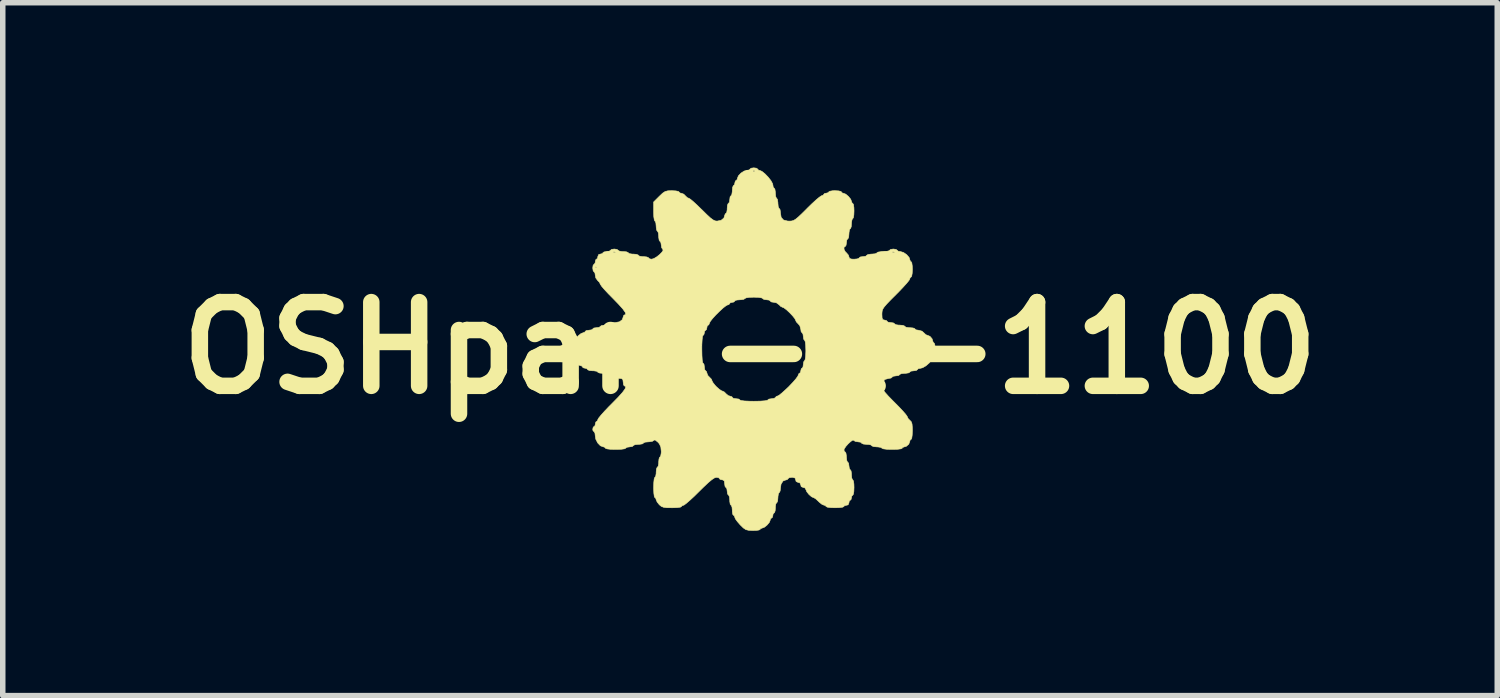
<source format=kicad_pcb>
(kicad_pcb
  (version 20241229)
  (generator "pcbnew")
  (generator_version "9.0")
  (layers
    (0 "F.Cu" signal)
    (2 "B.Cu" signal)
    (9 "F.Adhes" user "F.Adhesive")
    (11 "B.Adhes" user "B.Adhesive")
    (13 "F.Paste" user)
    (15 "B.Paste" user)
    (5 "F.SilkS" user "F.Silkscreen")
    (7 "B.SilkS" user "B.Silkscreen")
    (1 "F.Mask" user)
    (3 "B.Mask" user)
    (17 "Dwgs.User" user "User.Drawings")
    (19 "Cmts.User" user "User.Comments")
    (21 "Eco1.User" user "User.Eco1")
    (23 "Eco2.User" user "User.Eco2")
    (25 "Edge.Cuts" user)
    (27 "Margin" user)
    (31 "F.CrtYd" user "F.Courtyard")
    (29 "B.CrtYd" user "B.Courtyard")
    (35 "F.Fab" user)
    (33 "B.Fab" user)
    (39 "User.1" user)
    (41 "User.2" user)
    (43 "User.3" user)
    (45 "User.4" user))
  (footprint "OSHpark-1-1100"
    (layer "F.Cu")
    (at 10.603 3.284)
    (property "Reference" "OSHpark-1-1100" (at 0 0 0) (layer "F.SilkS") (effects (font (size 1.524 1.524) (thickness 0.3))))
    (attr through_hole)
    (fp_poly (pts (xy 0.118 -3.272) (xy 0.139 -3.256) (xy 0.139 -3.256) (xy 0.157 -3.235) (xy 0.174 -3.233) (xy 0.216 -3.215) (xy 0.272 -3.17) (xy 0.331 -3.109) (xy 0.381 -3.045) (xy 0.411 -2.989) (xy 0.416 -2.968) (xy 0.423 -2.924) (xy 0.439 -2.909) (xy 0.453 -2.889) (xy 0.461 -2.838) (xy 0.462 -2.817) (xy 0.467 -2.759) (xy 0.48 -2.727) (xy 0.485 -2.725) (xy 0.499 -2.704) (xy 0.507 -2.653) (xy 0.508 -2.632) (xy 0.513 -2.575) (xy 0.526 -2.542) (xy 0.531 -2.54) (xy 0.546 -2.52) (xy 0.554 -2.47) (xy 0.554 -2.458) (xy 0.567 -2.377) (xy 0.61 -2.329) (xy 0.686 -2.31) (xy 0.715 -2.309) (xy 0.755 -2.311) (xy 0.79 -2.32) (xy 0.828 -2.342) (xy 0.876 -2.381) (xy 0.941 -2.442) (xy 1.031 -2.531) (xy 1.039 -2.54) (xy 1.124 -2.623) (xy 1.2 -2.693) (xy 1.261 -2.744) (xy 1.298 -2.769) (xy 1.304 -2.771) (xy 1.335 -2.783) (xy 1.339 -2.794) (xy 1.359 -2.813) (xy 1.385 -2.817) (xy 1.423 -2.827) (xy 1.432 -2.84) (xy 1.452 -2.853) (xy 1.506 -2.862) (xy 1.547 -2.863) (xy 1.613 -2.859) (xy 1.655 -2.849) (xy 1.663 -2.84) (xy 1.681 -2.82) (xy 1.698 -2.817) (xy 1.742 -2.8) (xy 1.792 -2.758) (xy 1.833 -2.707) (xy 1.847 -2.668) (xy 1.859 -2.637) (xy 1.87 -2.632) (xy 1.883 -2.611) (xy 1.891 -2.556) (xy 1.893 -2.494) (xy 1.89 -2.42) (xy 1.881 -2.37) (xy 1.87 -2.355) (xy 1.856 -2.335) (xy 1.848 -2.284) (xy 1.847 -2.263) (xy 1.842 -2.205) (xy 1.829 -2.173) (xy 1.824 -2.171) (xy 1.81 -2.15) (xy 1.802 -2.099) (xy 1.801 -2.078) (xy 1.796 -2.02) (xy 1.783 -1.988) (xy 1.778 -1.986) (xy 1.762 -1.966) (xy 1.755 -1.917) (xy 1.755 -1.917) (xy 1.748 -1.868) (xy 1.732 -1.847) (xy 1.732 -1.847) (xy 1.71 -1.831) (xy 1.712 -1.794) (xy 1.734 -1.752) (xy 1.755 -1.732) (xy 1.791 -1.69) (xy 1.801 -1.657) (xy 1.811 -1.63) (xy 1.848 -1.618) (xy 1.893 -1.616) (xy 1.951 -1.621) (xy 1.983 -1.634) (xy 1.986 -1.639) (xy 2.006 -1.656) (xy 2.054 -1.663) (xy 2.055 -1.663) (xy 2.104 -1.669) (xy 2.124 -1.685) (xy 2.124 -1.686) (xy 2.145 -1.7) (xy 2.196 -1.708) (xy 2.217 -1.709) (xy 2.275 -1.714) (xy 2.307 -1.727) (xy 2.309 -1.732) (xy 2.33 -1.745) (xy 2.344 -1.747) (xy 2.594 -1.747) (xy 2.597 -1.733) (xy 2.609 -1.732) (xy 2.628 -1.74) (xy 2.625 -1.747) (xy 2.597 -1.75) (xy 2.594 -1.747) (xy 2.344 -1.747) (xy 2.383 -1.753) (xy 2.425 -1.755) (xy 2.49 -1.759) (xy 2.532 -1.77) (xy 2.54 -1.778) (xy 2.56 -1.794) (xy 2.608 -1.801) (xy 2.609 -1.801) (xy 2.658 -1.794) (xy 2.679 -1.778) (xy 2.679 -1.778) (xy 2.698 -1.761) (xy 2.737 -1.755) (xy 2.794 -1.738) (xy 2.852 -1.698) (xy 2.896 -1.647) (xy 2.909 -1.606) (xy 2.922 -1.574) (xy 2.933 -1.57) (xy 2.945 -1.549) (xy 2.953 -1.494) (xy 2.956 -1.432) (xy 2.952 -1.358) (xy 2.943 -1.308) (xy 2.933 -1.293) (xy 2.912 -1.274) (xy 2.909 -1.258) (xy 2.894 -1.23) (xy 2.851 -1.177) (xy 2.785 -1.104) (xy 2.704 -1.019) (xy 2.655 -0.97) (xy 2.559 -0.874) (xy 2.491 -0.803) (xy 2.446 -0.751) (xy 2.419 -0.711) (xy 2.406 -0.677) (xy 2.402 -0.641) (xy 2.401 -0.613) (xy 2.404 -0.547) (xy 2.417 -0.516) (xy 2.444 -0.508) (xy 2.448 -0.508) (xy 2.485 -0.498) (xy 2.494 -0.485) (xy 2.514 -0.469) (xy 2.562 -0.462) (xy 2.563 -0.462) (xy 2.612 -0.455) (xy 2.632 -0.439) (xy 2.632 -0.439) (xy 2.653 -0.424) (xy 2.704 -0.416) (xy 2.725 -0.416) (xy 2.783 -0.411) (xy 2.815 -0.398) (xy 2.817 -0.393) (xy 2.838 -0.378) (xy 2.889 -0.37) (xy 2.909 -0.369) (xy 2.967 -0.364) (xy 2.999 -0.352) (xy 3.002 -0.346) (xy 3.022 -0.33) (xy 3.066 -0.323) (xy 3.13 -0.306) (xy 3.163 -0.277) (xy 3.201 -0.241) (xy 3.228 -0.231) (xy 3.275 -0.212) (xy 3.314 -0.167) (xy 3.325 -0.129) (xy 3.337 -0.097) (xy 3.348 -0.092) (xy 3.361 -0.072) (xy 3.37 -0.018) (xy 3.371 0.023) (xy 3.367 0.089) (xy 3.357 0.131) (xy 3.348 0.139) (xy 3.328 0.157) (xy 3.325 0.174) (xy 3.307 0.219) (xy 3.261 0.274) (xy 3.202 0.325) (xy 3.142 0.36) (xy 3.106 0.369) (xy 3.063 0.377) (xy 3.048 0.393) (xy 3.028 0.409) (xy 2.98 0.416) (xy 2.979 0.416) (xy 2.93 0.422) (xy 2.909 0.438) (xy 2.909 0.439) (xy 2.889 0.453) (xy 2.838 0.461) (xy 2.817 0.462) (xy 2.759 0.467) (xy 2.727 0.48) (xy 2.725 0.485) (xy 2.705 0.501) (xy 2.656 0.508) (xy 2.655 0.508) (xy 2.607 0.515) (xy 2.586 0.531) (xy 2.586 0.531) (xy 2.566 0.548) (xy 2.527 0.554) (xy 2.455 0.573) (xy 2.413 0.626) (xy 2.401 0.692) (xy 2.406 0.726) (xy 2.424 0.764) (xy 2.46 0.812) (xy 2.519 0.878) (xy 2.605 0.966) (xy 2.632 0.993) (xy 2.716 1.078) (xy 2.786 1.153) (xy 2.836 1.211) (xy 2.861 1.247) (xy 2.863 1.253) (xy 2.88 1.288) (xy 2.909 1.316) (xy 2.935 1.343) (xy 2.949 1.383) (xy 2.955 1.451) (xy 2.956 1.506) (xy 2.952 1.587) (xy 2.944 1.643) (xy 2.933 1.663) (xy 2.912 1.681) (xy 2.909 1.699) (xy 2.89 1.751) (xy 2.844 1.791) (xy 2.807 1.801) (xy 2.775 1.813) (xy 2.771 1.824) (xy 2.749 1.836) (xy 2.69 1.844) (xy 2.603 1.847) (xy 2.586 1.847) (xy 2.495 1.845) (xy 2.43 1.837) (xy 2.402 1.826) (xy 2.401 1.824) (xy 2.381 1.81) (xy 2.33 1.802) (xy 2.309 1.801) (xy 2.251 1.796) (xy 2.219 1.783) (xy 2.217 1.778) (xy 2.196 1.764) (xy 2.145 1.755) (xy 2.124 1.755) (xy 2.067 1.75) (xy 2.034 1.737) (xy 2.032 1.732) (xy 2.012 1.715) (xy 1.965 1.709) (xy 1.913 1.7) (xy 1.888 1.681) (xy 1.869 1.678) (xy 1.833 1.703) (xy 1.788 1.744) (xy 1.746 1.791) (xy 1.717 1.834) (xy 1.709 1.858) (xy 1.721 1.889) (xy 1.732 1.893) (xy 1.746 1.914) (xy 1.754 1.965) (xy 1.755 1.986) (xy 1.76 2.044) (xy 1.773 2.076) (xy 1.778 2.078) (xy 1.794 2.098) (xy 1.801 2.147) (xy 1.801 2.147) (xy 1.808 2.196) (xy 1.824 2.217) (xy 1.824 2.217) (xy 1.839 2.237) (xy 1.847 2.288) (xy 1.847 2.309) (xy 1.852 2.367) (xy 1.865 2.399) (xy 1.87 2.401) (xy 1.883 2.422) (xy 1.891 2.477) (xy 1.893 2.54) (xy 1.89 2.614) (xy 1.881 2.664) (xy 1.87 2.679) (xy 1.852 2.698) (xy 1.847 2.725) (xy 1.838 2.762) (xy 1.824 2.771) (xy 1.805 2.79) (xy 1.801 2.817) (xy 1.785 2.856) (xy 1.755 2.863) (xy 1.717 2.873) (xy 1.709 2.886) (xy 1.687 2.898) (xy 1.63 2.906) (xy 1.547 2.909) (xy 1.547 2.909) (xy 1.464 2.906) (xy 1.407 2.898) (xy 1.385 2.886) (xy 1.385 2.886) (xy 1.367 2.866) (xy 1.349 2.863) (xy 1.31 2.847) (xy 1.261 2.808) (xy 1.247 2.794) (xy 1.2 2.75) (xy 1.163 2.726) (xy 1.156 2.725) (xy 1.118 2.707) (xy 1.072 2.666) (xy 1.033 2.617) (xy 1.016 2.576) (xy 1.016 2.576) (xy 0.997 2.546) (xy 0.97 2.54) (xy 0.931 2.524) (xy 0.924 2.494) (xy 0.907 2.455) (xy 0.877 2.448) (xy 0.839 2.431) (xy 0.831 2.401) (xy 0.82 2.368) (xy 0.78 2.356) (xy 0.762 2.355) (xy 0.713 2.362) (xy 0.693 2.378) (xy 0.693 2.378) (xy 0.674 2.399) (xy 0.656 2.401) (xy 0.601 2.422) (xy 0.565 2.478) (xy 0.554 2.55) (xy 0.548 2.604) (xy 0.534 2.631) (xy 0.531 2.632) (xy 0.517 2.653) (xy 0.509 2.704) (xy 0.508 2.725) (xy 0.503 2.783) (xy 0.49 2.815) (xy 0.485 2.817) (xy 0.47 2.838) (xy 0.462 2.889) (xy 0.462 2.909) (xy 0.457 2.967) (xy 0.444 2.999) (xy 0.439 3.002) (xy 0.42 3.021) (xy 0.416 3.048) (xy 0.406 3.086) (xy 0.393 3.094) (xy 0.372 3.113) (xy 0.369 3.13) (xy 0.352 3.174) (xy 0.31 3.224) (xy 0.26 3.264) (xy 0.22 3.279) (xy 0.189 3.291) (xy 0.185 3.302) (xy 0.164 3.314) (xy 0.109 3.322) (xy 0.052 3.323) (xy -0.024 3.32) (xy -0.076 3.307) (xy -0.122 3.276) (xy -0.179 3.22) (xy -0.231 3.16) (xy -0.267 3.11) (xy -0.277 3.083) (xy -0.289 3.052) (xy -0.3 3.048) (xy -0.315 3.028) (xy -0.323 2.976) (xy -0.323 2.956) (xy -0.328 2.898) (xy -0.341 2.866) (xy -0.346 2.863) (xy -0.361 2.843) (xy -0.369 2.792) (xy -0.369 2.771) (xy -0.375 2.713) (xy -0.387 2.681) (xy -0.393 2.679) (xy -0.409 2.658) (xy -0.416 2.61) (xy -0.416 2.609) (xy -0.422 2.561) (xy -0.438 2.54) (xy -0.439 2.54) (xy -0.455 2.52) (xy -0.462 2.472) (xy -0.462 2.471) (xy -0.469 2.42) (xy -0.496 2.402) (xy -0.508 2.401) (xy -0.546 2.392) (xy -0.554 2.378) (xy -0.574 2.361) (xy -0.613 2.355) (xy -0.646 2.365) (xy -0.694 2.396) (xy -0.76 2.451) (xy -0.85 2.536) (xy -0.924 2.609) (xy -1.013 2.697) (xy -1.093 2.771) (xy -1.158 2.827) (xy -1.2 2.859) (xy -1.212 2.863) (xy -1.243 2.876) (xy -1.247 2.886) (xy -1.268 2.898) (xy -1.327 2.906) (xy -1.412 2.909) (xy -1.421 2.909) (xy -1.514 2.908) (xy -1.574 2.9) (xy -1.615 2.884) (xy -1.649 2.856) (xy -1.652 2.853) (xy -1.691 2.804) (xy -1.709 2.763) (xy -1.709 2.76) (xy -1.721 2.729) (xy -1.732 2.725) (xy -1.743 2.703) (xy -1.751 2.644) (xy -1.755 2.557) (xy -1.755 2.54) (xy -1.752 2.449) (xy -1.745 2.384) (xy -1.734 2.356) (xy -1.732 2.355) (xy -1.717 2.335) (xy -1.709 2.284) (xy -1.709 2.263) (xy -1.704 2.205) (xy -1.691 2.173) (xy -1.686 2.171) (xy -1.671 2.15) (xy -1.663 2.099) (xy -1.663 2.078) (xy -1.657 2.02) (xy -1.645 1.988) (xy -1.639 1.986) (xy -1.626 1.965) (xy -1.617 1.913) (xy -1.616 1.881) (xy -1.624 1.802) (xy -1.651 1.744) (xy -1.678 1.714) (xy -1.724 1.677) (xy -1.748 1.677) (xy -1.749 1.681) (xy -1.777 1.699) (xy -1.833 1.708) (xy -1.849 1.709) (xy -1.906 1.714) (xy -1.938 1.727) (xy -1.94 1.732) (xy -1.96 1.746) (xy -2.011 1.754) (xy -2.032 1.755) (xy -2.09 1.76) (xy -2.122 1.773) (xy -2.124 1.778) (xy -2.144 1.794) (xy -2.193 1.801) (xy -2.194 1.801) (xy -2.242 1.808) (xy -2.263 1.824) (xy -2.263 1.824) (xy -2.285 1.836) (xy -2.343 1.844) (xy -2.431 1.847) (xy -2.448 1.847) (xy -2.539 1.845) (xy -2.603 1.837) (xy -2.632 1.826) (xy -2.632 1.824) (xy -2.651 1.804) (xy -2.668 1.801) (xy -2.723 1.781) (xy -2.773 1.729) (xy -2.808 1.66) (xy -2.817 1.606) (xy -2.823 1.552) (xy -2.837 1.525) (xy -2.84 1.524) (xy -2.859 1.505) (xy -2.863 1.478) (xy -2.854 1.44) (xy -2.84 1.432) (xy -2.821 1.412) (xy -2.817 1.385) (xy -2.807 1.348) (xy -2.794 1.339) (xy -2.774 1.321) (xy -2.771 1.304) (xy -2.755 1.276) (xy -2.712 1.223) (xy -2.647 1.15) (xy -2.566 1.065) (xy -2.517 1.016) (xy -2.402 0.899) (xy -2.322 0.81) (xy -2.276 0.747) (xy -2.262 0.708) (xy -2.279 0.693) (xy -2.286 0.693) (xy -2.302 0.673) (xy -2.309 0.624) (xy -2.309 0.623) (xy -2.315 0.574) (xy -2.342 0.556) (xy -2.378 0.554) (xy -2.427 0.547) (xy -2.448 0.531) (xy -2.448 0.531) (xy -2.468 0.515) (xy -2.516 0.508) (xy -2.517 0.508) (xy -2.566 0.501) (xy -2.586 0.485) (xy -2.586 0.485) (xy -2.607 0.47) (xy -2.658 0.462) (xy -2.679 0.462) (xy -2.736 0.457) (xy -2.769 0.444) (xy -2.771 0.439) (xy -2.791 0.424) (xy -2.843 0.416) (xy -2.863 0.416) (xy -2.921 0.411) (xy -2.953 0.398) (xy -2.956 0.393) (xy -2.975 0.374) (xy -3.002 0.369) (xy -3.039 0.36) (xy -3.048 0.346) (xy -3.067 0.326) (xy -3.084 0.323) (xy -3.136 0.304) (xy -3.176 0.258) (xy -3.187 0.221) (xy -3.199 0.189) (xy -3.21 0.185) (xy -3.222 0.164) (xy -3.23 0.109) (xy -3.233 0.046) (xy -3.232 0.023) (xy -0.877 0.023) (xy -0.875 0.138) (xy -0.87 0.222) (xy -0.861 0.269) (xy -0.854 0.277) (xy -0.838 0.297) (xy -0.831 0.346) (xy -0.831 0.346) (xy -0.825 0.395) (xy -0.808 0.416) (xy -0.808 0.416) (xy -0.789 0.435) (xy -0.785 0.457) (xy -0.768 0.501) (xy -0.739 0.531) (xy -0.703 0.568) (xy -0.693 0.595) (xy -0.677 0.628) (xy -0.639 0.677) (xy -0.613 0.705) (xy -0.56 0.752) (xy -0.516 0.781) (xy -0.502 0.785) (xy -0.467 0.802) (xy -0.439 0.831) (xy -0.397 0.867) (xy -0.364 0.877) (xy -0.33 0.888) (xy -0.323 0.901) (xy -0.303 0.917) (xy -0.255 0.924) (xy -0.254 0.924) (xy -0.205 0.93) (xy -0.185 0.946) (xy -0.185 0.947) (xy -0.163 0.957) (xy -0.1 0.965) (xy -0.004 0.969) (xy 0.069 0.97) (xy 0.184 0.968) (xy 0.268 0.962) (xy 0.315 0.953) (xy 0.323 0.947) (xy 0.343 0.931) (xy 0.392 0.924) (xy 0.393 0.924) (xy 0.441 0.917) (xy 0.462 0.901) (xy 0.462 0.901) (xy 0.481 0.88) (xy 0.497 0.877) (xy 0.527 0.862) (xy 0.58 0.82) (xy 0.649 0.758) (xy 0.705 0.705) (xy 0.776 0.63) (xy 0.833 0.565) (xy 0.869 0.516) (xy 0.877 0.497) (xy 0.89 0.466) (xy 0.901 0.462) (xy 0.919 0.442) (xy 0.924 0.416) (xy 0.933 0.378) (xy 0.947 0.369) (xy 0.963 0.349) (xy 0.97 0.301) (xy 0.97 0.3) (xy 0.977 0.252) (xy 0.993 0.231) (xy 0.993 0.231) (xy 1.004 0.209) (xy 1.012 0.15) (xy 1.016 0.063) (xy 1.016 0.046) (xy 1.013 -0.045) (xy 1.006 -0.11) (xy 0.995 -0.138) (xy 0.993 -0.139) (xy 0.977 -0.159) (xy 0.97 -0.207) (xy 0.97 -0.208) (xy 0.963 -0.256) (xy 0.947 -0.277) (xy 0.947 -0.277) (xy 0.93 -0.297) (xy 0.924 -0.341) (xy 0.906 -0.406) (xy 0.877 -0.439) (xy 0.842 -0.476) (xy 0.831 -0.502) (xy 0.815 -0.535) (xy 0.774 -0.586) (xy 0.72 -0.643) (xy 0.664 -0.695) (xy 0.617 -0.73) (xy 0.595 -0.739) (xy 0.559 -0.756) (xy 0.531 -0.785) (xy 0.48 -0.822) (xy 0.434 -0.831) (xy 0.387 -0.838) (xy 0.369 -0.854) (xy 0.349 -0.871) (xy 0.301 -0.877) (xy 0.3 -0.877) (xy 0.252 -0.884) (xy 0.231 -0.9) (xy 0.231 -0.901) (xy 0.21 -0.912) (xy 0.152 -0.921) (xy 0.069 -0.924) (xy 0.069 -0.924) (xy -0.014 -0.921) (xy -0.071 -0.912) (xy -0.092 -0.901) (xy -0.092 -0.901) (xy -0.113 -0.886) (xy -0.164 -0.878) (xy -0.185 -0.877) (xy -0.243 -0.872) (xy -0.275 -0.86) (xy -0.277 -0.854) (xy -0.296 -0.836) (xy -0.323 -0.831) (xy -0.361 -0.822) (xy -0.369 -0.808) (xy -0.388 -0.788) (xy -0.405 -0.785) (xy -0.437 -0.769) (xy -0.491 -0.727) (xy -0.555 -0.668) (xy -0.622 -0.602) (xy -0.681 -0.537) (xy -0.723 -0.484) (xy -0.739 -0.451) (xy -0.739 -0.451) (xy -0.751 -0.42) (xy -0.762 -0.416) (xy -0.781 -0.396) (xy -0.785 -0.369) (xy -0.795 -0.332) (xy -0.808 -0.323) (xy -0.827 -0.304) (xy -0.831 -0.277) (xy -0.841 -0.24) (xy -0.854 -0.231) (xy -0.865 -0.209) (xy -0.872 -0.147) (xy -0.877 -0.05) (xy -0.877 0.023) (xy -3.232 0.023) (xy -3.229 -0.028) (xy -3.22 -0.078) (xy -3.21 -0.092) (xy -3.189 -0.111) (xy -3.187 -0.128) (xy -3.169 -0.172) (xy -3.127 -0.222) (xy -3.077 -0.262) (xy -3.038 -0.277) (xy -3.006 -0.289) (xy -3.002 -0.3) (xy -2.982 -0.316) (xy -2.933 -0.323) (xy -2.933 -0.323) (xy -2.884 -0.33) (xy -2.863 -0.346) (xy -2.863 -0.346) (xy -2.843 -0.363) (xy -2.795 -0.369) (xy -2.794 -0.369) (xy -2.745 -0.376) (xy -2.725 -0.392) (xy -2.725 -0.393) (xy -2.704 -0.407) (xy -2.653 -0.415) (xy -2.632 -0.416) (xy -2.575 -0.421) (xy -2.542 -0.434) (xy -2.54 -0.439) (xy -2.52 -0.454) (xy -2.47 -0.462) (xy -2.458 -0.462) (xy -2.377 -0.476) (xy -2.325 -0.515) (xy -2.309 -0.564) (xy -2.297 -0.596) (xy -2.286 -0.6) (xy -2.262 -0.612) (xy -2.272 -0.649) (xy -2.316 -0.711) (xy -2.395 -0.799) (xy -2.494 -0.901) (xy -2.577 -0.985) (xy -2.647 -1.06) (xy -2.698 -1.119) (xy -2.723 -1.155) (xy -2.725 -1.16) (xy -2.742 -1.196) (xy -2.771 -1.224) (xy -2.808 -1.275) (xy -2.817 -1.321) (xy -2.824 -1.368) (xy -2.84 -1.385) (xy -2.856 -1.406) (xy -2.863 -1.454) (xy -2.863 -1.455) (xy -2.862 -1.466) (xy -2.817 -1.466) (xy -2.806 -1.455) (xy -2.794 -1.466) (xy -2.806 -1.478) (xy -2.817 -1.466) (xy -2.862 -1.466) (xy -2.857 -1.503) (xy -2.84 -1.524) (xy -2.84 -1.524) (xy -2.821 -1.543) (xy -2.817 -1.57) (xy -2.807 -1.608) (xy -2.794 -1.616) (xy -2.775 -1.636) (xy -2.771 -1.663) (xy -2.755 -1.701) (xy -2.725 -1.709) (xy -2.687 -1.718) (xy -2.679 -1.732) (xy -2.659 -1.747) (xy -2.486 -1.747) (xy -2.483 -1.733) (xy -2.471 -1.732) (xy -2.452 -1.74) (xy -2.455 -1.747) (xy -2.483 -1.75) (xy -2.486 -1.747) (xy -2.659 -1.747) (xy -2.658 -1.748) (xy -2.61 -1.755) (xy -2.609 -1.755) (xy -2.561 -1.762) (xy -2.54 -1.778) (xy -2.54 -1.778) (xy -2.52 -1.794) (xy -2.472 -1.801) (xy -2.471 -1.801) (xy -2.422 -1.794) (xy -2.401 -1.778) (xy -2.401 -1.778) (xy -2.381 -1.764) (xy -2.33 -1.755) (xy -2.309 -1.755) (xy -2.251 -1.75) (xy -2.219 -1.737) (xy -2.217 -1.732) (xy -2.196 -1.717) (xy -2.145 -1.709) (xy -2.124 -1.709) (xy -2.067 -1.704) (xy -2.034 -1.691) (xy -2.032 -1.686) (xy -2.012 -1.671) (xy -1.96 -1.663) (xy -1.94 -1.663) (xy -1.882 -1.657) (xy -1.85 -1.645) (xy -1.847 -1.639) (xy -1.827 -1.622) (xy -1.789 -1.616) (xy -1.748 -1.629) (xy -1.696 -1.66) (xy -1.645 -1.701) (xy -1.604 -1.743) (xy -1.582 -1.778) (xy -1.588 -1.796) (xy -1.608 -1.823) (xy -1.616 -1.872) (xy -1.623 -1.92) (xy -1.639 -1.94) (xy -1.654 -1.96) (xy -1.662 -2.011) (xy -1.663 -2.032) (xy -1.668 -2.09) (xy -1.68 -2.122) (xy -1.686 -2.124) (xy -1.7 -2.145) (xy -1.708 -2.196) (xy -1.709 -2.217) (xy -1.714 -2.275) (xy -1.727 -2.307) (xy -1.732 -2.309) (xy -1.743 -2.331) (xy -1.752 -2.389) (xy -1.755 -2.474) (xy -1.755 -2.483) (xy -1.755 -2.657) (xy -1.652 -2.76) (xy -1.592 -2.817) (xy -1.545 -2.848) (xy -1.495 -2.861) (xy -1.423 -2.863) (xy -1.421 -2.863) (xy -1.351 -2.859) (xy -1.305 -2.85) (xy -1.293 -2.84) (xy -1.274 -2.821) (xy -1.252 -2.817) (xy -1.207 -2.8) (xy -1.178 -2.771) (xy -1.141 -2.735) (xy -1.114 -2.725) (xy -1.087 -2.709) (xy -1.035 -2.666) (xy -0.966 -2.603) (xy -0.886 -2.525) (xy -0.877 -2.517) (xy -0.787 -2.428) (xy -0.721 -2.367) (xy -0.672 -2.331) (xy -0.633 -2.313) (xy -0.6 -2.309) (xy -0.526 -2.324) (xy -0.476 -2.365) (xy -0.462 -2.411) (xy -0.45 -2.443) (xy -0.439 -2.448) (xy -0.424 -2.468) (xy -0.416 -2.519) (xy -0.416 -2.54) (xy -0.411 -2.598) (xy -0.398 -2.63) (xy -0.393 -2.632) (xy -0.376 -2.652) (xy -0.369 -2.701) (xy -0.369 -2.702) (xy -0.363 -2.75) (xy -0.347 -2.771) (xy -0.346 -2.771) (xy -0.332 -2.791) (xy -0.324 -2.843) (xy -0.323 -2.863) (xy -0.318 -2.921) (xy -0.305 -2.953) (xy -0.3 -2.956) (xy -0.281 -2.975) (xy -0.277 -3.002) (xy -0.267 -3.039) (xy -0.254 -3.048) (xy -0.234 -3.067) (xy -0.231 -3.084) (xy -0.212 -3.133) (xy -0.165 -3.183) (xy -0.106 -3.221) (xy -0.089 -3.225) (xy 0.054 -3.225) (xy 0.057 -3.211) (xy 0.069 -3.21) (xy 0.088 -3.218) (xy 0.085 -3.225) (xy 0.057 -3.228) (xy 0.054 -3.225) (xy -0.089 -3.225) (xy -0.059 -3.233) (xy -0.015 -3.241) (xy 0 -3.256) (xy 0.02 -3.272) (xy 0.068 -3.279) (xy 0.069 -3.279) (xy 0.118 -3.272)) (stroke (width 0.01) (type solid)) (fill yes) (layer "F.SilkS")))
  (gr_rect
    (start -3 -3)
    (end 24.205 9.612)
    (stroke (width 0.1) (type default))
    (fill no)
    (layer "Edge.Cuts")))
</source>
